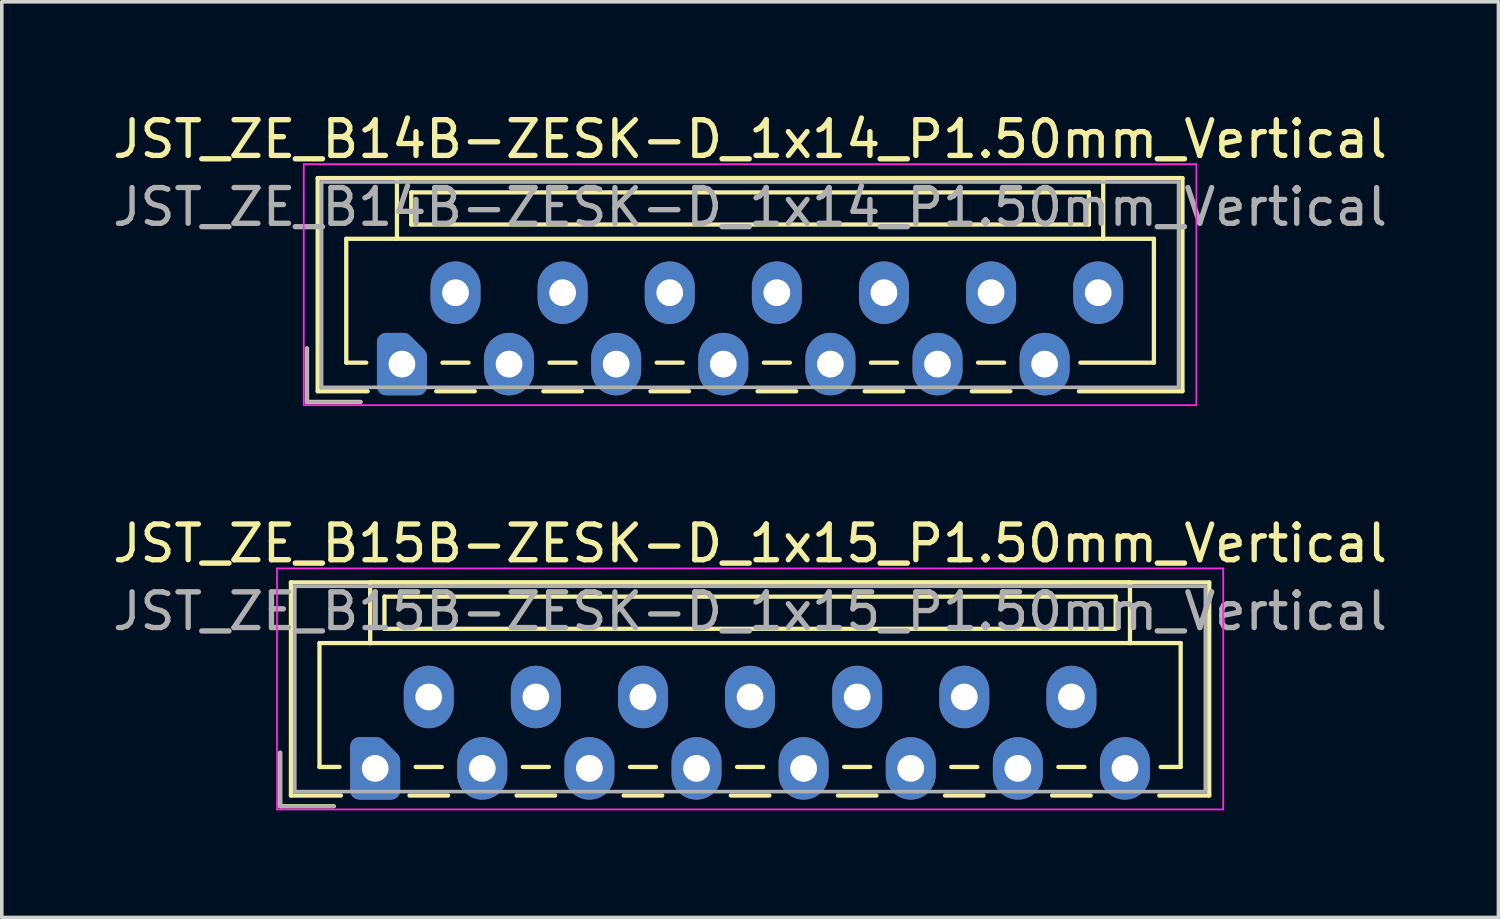
<source format=kicad_pcb>
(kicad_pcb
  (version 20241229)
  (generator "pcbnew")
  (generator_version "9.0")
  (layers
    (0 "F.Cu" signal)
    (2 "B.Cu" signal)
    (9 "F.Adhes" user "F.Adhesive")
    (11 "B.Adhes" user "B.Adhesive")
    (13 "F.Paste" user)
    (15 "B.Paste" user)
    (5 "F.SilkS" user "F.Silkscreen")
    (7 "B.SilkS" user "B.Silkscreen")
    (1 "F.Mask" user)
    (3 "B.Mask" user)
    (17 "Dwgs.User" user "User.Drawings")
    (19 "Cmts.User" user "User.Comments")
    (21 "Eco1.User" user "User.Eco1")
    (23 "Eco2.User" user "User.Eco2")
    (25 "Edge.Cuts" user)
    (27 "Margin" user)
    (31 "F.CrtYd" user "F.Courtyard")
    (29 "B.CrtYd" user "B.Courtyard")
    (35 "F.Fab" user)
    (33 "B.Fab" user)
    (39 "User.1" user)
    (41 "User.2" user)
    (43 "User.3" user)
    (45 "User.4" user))
  (footprint "JST_ZE_B14B-ZESK-D_1x14_P1.50mm_Vertical"
    (layer "F.Cu")
    (at 8.208 7.148)
    (property "Reference" "JST_ZE_B14B-ZESK-D_1x14_P1.50mm_Vertical" (at 9.75 -6.3 0) (layer "F.SilkS") (effects (font (size 1 1) (thickness 0.15))))
    (attr through_hole)
    (fp_line (start -2.66 -0.44) (end -2.66 1.06) (stroke (width 0.12) (type solid)) (layer "F.SilkS"))
    (fp_line (start -2.66 1.06) (end -1.16 1.06) (stroke (width 0.12) (type solid)) (layer "F.SilkS"))
    (fp_line (start -2.36 -5.21) (end 21.86 -5.21) (stroke (width 0.12) (type solid)) (layer "F.SilkS"))
    (fp_line (start -2.36 0.76) (end -2.36 -5.21) (stroke (width 0.12) (type solid)) (layer "F.SilkS"))
    (fp_line (start -1.56 -3.51) (end -1.56 -0.04) (stroke (width 0.12) (type solid)) (layer "F.SilkS"))
    (fp_line (start -1.56 -0.04) (end -1 -0.04) (stroke (width 0.12) (type solid)) (layer "F.SilkS"))
    (fp_line (start -0.96 0.76) (end -2.36 0.76) (stroke (width 0.12) (type solid)) (layer "F.SilkS"))
    (fp_line (start -0.14 -5.21) (end -0.14 -3.51) (stroke (width 0.12) (type solid)) (layer "F.SilkS"))
    (fp_line (start -0.14 -3.51) (end -1.56 -3.51) (stroke (width 0.12) (type solid)) (layer "F.SilkS"))
    (fp_line (start -0.14 -3.51) (end 19.64 -3.51) (stroke (width 0.12) (type solid)) (layer "F.SilkS"))
    (fp_line (start 0.26 -4.81) (end 0.26 -3.91) (stroke (width 0.12) (type solid)) (layer "F.SilkS"))
    (fp_line (start 0.26 -3.91) (end 19.24 -3.91) (stroke (width 0.12) (type solid)) (layer "F.SilkS"))
    (fp_line (start 0.96 0.76) (end 2.04 0.76) (stroke (width 0.12) (type solid)) (layer "F.SilkS"))
    (fp_line (start 1.135 -0.04) (end 1.865 -0.04) (stroke (width 0.12) (type solid)) (layer "F.SilkS"))
    (fp_line (start 3.96 0.76) (end 5.04 0.76) (stroke (width 0.12) (type solid)) (layer "F.SilkS"))
    (fp_line (start 4.135 -0.04) (end 4.865 -0.04) (stroke (width 0.12) (type solid)) (layer "F.SilkS"))
    (fp_line (start 6.96 0.76) (end 8.04 0.76) (stroke (width 0.12) (type solid)) (layer "F.SilkS"))
    (fp_line (start 7.135 -0.04) (end 7.865 -0.04) (stroke (width 0.12) (type solid)) (layer "F.SilkS"))
    (fp_line (start 9.96 0.76) (end 11.04 0.76) (stroke (width 0.12) (type solid)) (layer "F.SilkS"))
    (fp_line (start 10.135 -0.04) (end 10.865 -0.04) (stroke (width 0.12) (type solid)) (layer "F.SilkS"))
    (fp_line (start 12.96 0.76) (end 14.04 0.76) (stroke (width 0.12) (type solid)) (layer "F.SilkS"))
    (fp_line (start 13.135 -0.04) (end 13.865 -0.04) (stroke (width 0.12) (type solid)) (layer "F.SilkS"))
    (fp_line (start 15.96 0.76) (end 17.04 0.76) (stroke (width 0.12) (type solid)) (layer "F.SilkS"))
    (fp_line (start 16.135 -0.04) (end 16.865 -0.04) (stroke (width 0.12) (type solid)) (layer "F.SilkS"))
    (fp_line (start 19.24 -4.81) (end 0.26 -4.81) (stroke (width 0.12) (type solid)) (layer "F.SilkS"))
    (fp_line (start 19.24 -3.91) (end 19.24 -4.81) (stroke (width 0.12) (type solid)) (layer "F.SilkS"))
    (fp_line (start 19.64 -5.21) (end -0.14 -5.21) (stroke (width 0.12) (type solid)) (layer "F.SilkS"))
    (fp_line (start 19.64 -3.51) (end 19.64 -5.21) (stroke (width 0.12) (type solid)) (layer "F.SilkS"))
    (fp_line (start 19.64 -3.51) (end 21.06 -3.51) (stroke (width 0.12) (type solid)) (layer "F.SilkS"))
    (fp_line (start 21.06 -3.51) (end 21.06 -0.04) (stroke (width 0.12) (type solid)) (layer "F.SilkS"))
    (fp_line (start 21.06 -0.04) (end 19 -0.04) (stroke (width 0.12) (type solid)) (layer "F.SilkS"))
    (fp_line (start 21.86 -5.21) (end 21.86 0.76) (stroke (width 0.12) (type solid)) (layer "F.SilkS"))
    (fp_line (start 21.86 0.76) (end 18.96 0.76) (stroke (width 0.12) (type solid)) (layer "F.SilkS"))
    (fp_line (start -2.75 -5.6) (end -2.75 1.15) (stroke (width 0.05) (type solid)) (layer "F.CrtYd"))
    (fp_line (start -2.75 1.15) (end 22.25 1.15) (stroke (width 0.05) (type solid)) (layer "F.CrtYd"))
    (fp_line (start 22.25 -5.6) (end -2.75 -5.6) (stroke (width 0.05) (type solid)) (layer "F.CrtYd"))
    (fp_line (start 22.25 1.15) (end 22.25 -5.6) (stroke (width 0.05) (type solid)) (layer "F.CrtYd"))
    (fp_line (start -2.66 -0.44) (end -2.66 1.06) (stroke (width 0.1) (type solid)) (layer "F.Fab"))
    (fp_line (start -2.66 1.06) (end -1.16 1.06) (stroke (width 0.1) (type solid)) (layer "F.Fab"))
    (fp_line (start -2.25 -5.1) (end -2.25 0.65) (stroke (width 0.1) (type solid)) (layer "F.Fab"))
    (fp_line (start -2.25 0.65) (end 21.75 0.65) (stroke (width 0.1) (type solid)) (layer "F.Fab"))
    (fp_line (start 21.75 -5.1) (end -2.25 -5.1) (stroke (width 0.1) (type solid)) (layer "F.Fab"))
    (fp_line (start 21.75 0.65) (end 21.75 -5.1) (stroke (width 0.1) (type solid)) (layer "F.Fab"))
    (fp_text user "${REFERENCE}" (at 9.75 -4.4 0) (layer "F.Fab") (effects (font (size 1 1) (thickness 0.15))))
    (pad "1" thru_hole custom (at 0 0) (size 1.117 1.117) (drill 0.75) (layers "*.Cu" "*.Mask") (options (anchor circle)) (primitives (gr_poly (pts (xy 0.45 -0.225) (xy 0.45 0.625) (xy -0.45 0.625) (xy -0.45 -0.625) (xy 0.05 -0.625)) (width 0.5) (fill yes))))
    (pad "2" thru_hole oval (at 1.5 -2) (size 1.4 1.75) (drill 0.75) (layers "*.Cu" "*.Mask"))
    (pad "3" thru_hole oval (at 3 0) (size 1.4 1.75) (drill 0.75) (layers "*.Cu" "*.Mask"))
    (pad "4" thru_hole oval (at 4.5 -2) (size 1.4 1.75) (drill 0.75) (layers "*.Cu" "*.Mask"))
    (pad "5" thru_hole oval (at 6 0) (size 1.4 1.75) (drill 0.75) (layers "*.Cu" "*.Mask"))
    (pad "6" thru_hole oval (at 7.5 -2) (size 1.4 1.75) (drill 0.75) (layers "*.Cu" "*.Mask"))
    (pad "7" thru_hole oval (at 9 0) (size 1.4 1.75) (drill 0.75) (layers "*.Cu" "*.Mask"))
    (pad "8" thru_hole oval (at 10.5 -2) (size 1.4 1.75) (drill 0.75) (layers "*.Cu" "*.Mask"))
    (pad "9" thru_hole oval (at 12 0) (size 1.4 1.75) (drill 0.75) (layers "*.Cu" "*.Mask"))
    (pad "10" thru_hole oval (at 13.5 -2) (size 1.4 1.75) (drill 0.75) (layers "*.Cu" "*.Mask"))
    (pad "11" thru_hole oval (at 15 0) (size 1.4 1.75) (drill 0.75) (layers "*.Cu" "*.Mask"))
    (pad "12" thru_hole oval (at 16.5 -2) (size 1.4 1.75) (drill 0.75) (layers "*.Cu" "*.Mask"))
    (pad "13" thru_hole oval (at 18 0) (size 1.4 1.75) (drill 0.75) (layers "*.Cu" "*.Mask"))
    (pad "14" thru_hole oval (at 19.5 -2) (size 1.4 1.75) (drill 0.75) (layers "*.Cu" "*.Mask")))
  (footprint "JST_ZE_B15B-ZESK-D_1x15_P1.50mm_Vertical"
    (layer "F.Cu")
    (at 7.458 18.471)
    (property "Reference" "JST_ZE_B15B-ZESK-D_1x15_P1.50mm_Vertical" (at 10.5 -6.3 0) (layer "F.SilkS") (effects (font (size 1 1) (thickness 0.15))))
    (attr through_hole)
    (fp_line (start -2.66 -0.44) (end -2.66 1.06) (stroke (width 0.12) (type solid)) (layer "F.SilkS"))
    (fp_line (start -2.66 1.06) (end -1.16 1.06) (stroke (width 0.12) (type solid)) (layer "F.SilkS"))
    (fp_line (start -2.36 -5.21) (end 23.36 -5.21) (stroke (width 0.12) (type solid)) (layer "F.SilkS"))
    (fp_line (start -2.36 0.76) (end -2.36 -5.21) (stroke (width 0.12) (type solid)) (layer "F.SilkS"))
    (fp_line (start -1.56 -3.51) (end -1.56 -0.04) (stroke (width 0.12) (type solid)) (layer "F.SilkS"))
    (fp_line (start -1.56 -0.04) (end -1 -0.04) (stroke (width 0.12) (type solid)) (layer "F.SilkS"))
    (fp_line (start -0.96 0.76) (end -2.36 0.76) (stroke (width 0.12) (type solid)) (layer "F.SilkS"))
    (fp_line (start -0.14 -5.21) (end -0.14 -3.51) (stroke (width 0.12) (type solid)) (layer "F.SilkS"))
    (fp_line (start -0.14 -3.51) (end -1.56 -3.51) (stroke (width 0.12) (type solid)) (layer "F.SilkS"))
    (fp_line (start -0.14 -3.51) (end 21.14 -3.51) (stroke (width 0.12) (type solid)) (layer "F.SilkS"))
    (fp_line (start 0.26 -4.81) (end 0.26 -3.91) (stroke (width 0.12) (type solid)) (layer "F.SilkS"))
    (fp_line (start 0.26 -3.91) (end 20.74 -3.91) (stroke (width 0.12) (type solid)) (layer "F.SilkS"))
    (fp_line (start 0.96 0.76) (end 2.04 0.76) (stroke (width 0.12) (type solid)) (layer "F.SilkS"))
    (fp_line (start 1.135 -0.04) (end 1.865 -0.04) (stroke (width 0.12) (type solid)) (layer "F.SilkS"))
    (fp_line (start 3.96 0.76) (end 5.04 0.76) (stroke (width 0.12) (type solid)) (layer "F.SilkS"))
    (fp_line (start 4.135 -0.04) (end 4.865 -0.04) (stroke (width 0.12) (type solid)) (layer "F.SilkS"))
    (fp_line (start 6.96 0.76) (end 8.04 0.76) (stroke (width 0.12) (type solid)) (layer "F.SilkS"))
    (fp_line (start 7.135 -0.04) (end 7.865 -0.04) (stroke (width 0.12) (type solid)) (layer "F.SilkS"))
    (fp_line (start 9.96 0.76) (end 11.04 0.76) (stroke (width 0.12) (type solid)) (layer "F.SilkS"))
    (fp_line (start 10.135 -0.04) (end 10.865 -0.04) (stroke (width 0.12) (type solid)) (layer "F.SilkS"))
    (fp_line (start 12.96 0.76) (end 14.04 0.76) (stroke (width 0.12) (type solid)) (layer "F.SilkS"))
    (fp_line (start 13.135 -0.04) (end 13.865 -0.04) (stroke (width 0.12) (type solid)) (layer "F.SilkS"))
    (fp_line (start 15.96 0.76) (end 17.04 0.76) (stroke (width 0.12) (type solid)) (layer "F.SilkS"))
    (fp_line (start 16.135 -0.04) (end 16.865 -0.04) (stroke (width 0.12) (type solid)) (layer "F.SilkS"))
    (fp_line (start 18.96 0.76) (end 20.04 0.76) (stroke (width 0.12) (type solid)) (layer "F.SilkS"))
    (fp_line (start 19.135 -0.04) (end 19.865 -0.04) (stroke (width 0.12) (type solid)) (layer "F.SilkS"))
    (fp_line (start 20.74 -4.81) (end 0.26 -4.81) (stroke (width 0.12) (type solid)) (layer "F.SilkS"))
    (fp_line (start 20.74 -3.91) (end 20.74 -4.81) (stroke (width 0.12) (type solid)) (layer "F.SilkS"))
    (fp_line (start 21.14 -5.21) (end -0.14 -5.21) (stroke (width 0.12) (type solid)) (layer "F.SilkS"))
    (fp_line (start 21.14 -3.51) (end 21.14 -5.21) (stroke (width 0.12) (type solid)) (layer "F.SilkS"))
    (fp_line (start 21.14 -3.51) (end 22.56 -3.51) (stroke (width 0.12) (type solid)) (layer "F.SilkS"))
    (fp_line (start 22.56 -3.51) (end 22.56 -0.04) (stroke (width 0.12) (type solid)) (layer "F.SilkS"))
    (fp_line (start 22.56 -0.04) (end 22 -0.04) (stroke (width 0.12) (type solid)) (layer "F.SilkS"))
    (fp_line (start 23.36 -5.21) (end 23.36 0.76) (stroke (width 0.12) (type solid)) (layer "F.SilkS"))
    (fp_line (start 23.36 0.76) (end 21.96 0.76) (stroke (width 0.12) (type solid)) (layer "F.SilkS"))
    (fp_line (start -2.75 -5.6) (end -2.75 1.15) (stroke (width 0.05) (type solid)) (layer "F.CrtYd"))
    (fp_line (start -2.75 1.15) (end 23.75 1.15) (stroke (width 0.05) (type solid)) (layer "F.CrtYd"))
    (fp_line (start 23.75 -5.6) (end -2.75 -5.6) (stroke (width 0.05) (type solid)) (layer "F.CrtYd"))
    (fp_line (start 23.75 1.15) (end 23.75 -5.6) (stroke (width 0.05) (type solid)) (layer "F.CrtYd"))
    (fp_line (start -2.66 -0.44) (end -2.66 1.06) (stroke (width 0.1) (type solid)) (layer "F.Fab"))
    (fp_line (start -2.66 1.06) (end -1.16 1.06) (stroke (width 0.1) (type solid)) (layer "F.Fab"))
    (fp_line (start -2.25 -5.1) (end -2.25 0.65) (stroke (width 0.1) (type solid)) (layer "F.Fab"))
    (fp_line (start -2.25 0.65) (end 23.25 0.65) (stroke (width 0.1) (type solid)) (layer "F.Fab"))
    (fp_line (start 23.25 -5.1) (end -2.25 -5.1) (stroke (width 0.1) (type solid)) (layer "F.Fab"))
    (fp_line (start 23.25 0.65) (end 23.25 -5.1) (stroke (width 0.1) (type solid)) (layer "F.Fab"))
    (fp_text user "${REFERENCE}" (at 10.5 -4.4 0) (layer "F.Fab") (effects (font (size 1 1) (thickness 0.15))))
    (pad "1" thru_hole custom (at 0 0) (size 1.117 1.117) (drill 0.75) (layers "*.Cu" "*.Mask") (options (anchor circle)) (primitives (gr_poly (pts (xy 0.45 -0.225) (xy 0.45 0.625) (xy -0.45 0.625) (xy -0.45 -0.625) (xy 0.05 -0.625)) (width 0.5) (fill yes))))
    (pad "2" thru_hole oval (at 1.5 -2) (size 1.4 1.75) (drill 0.75) (layers "*.Cu" "*.Mask"))
    (pad "3" thru_hole oval (at 3 0) (size 1.4 1.75) (drill 0.75) (layers "*.Cu" "*.Mask"))
    (pad "4" thru_hole oval (at 4.5 -2) (size 1.4 1.75) (drill 0.75) (layers "*.Cu" "*.Mask"))
    (pad "5" thru_hole oval (at 6 0) (size 1.4 1.75) (drill 0.75) (layers "*.Cu" "*.Mask"))
    (pad "6" thru_hole oval (at 7.5 -2) (size 1.4 1.75) (drill 0.75) (layers "*.Cu" "*.Mask"))
    (pad "7" thru_hole oval (at 9 0) (size 1.4 1.75) (drill 0.75) (layers "*.Cu" "*.Mask"))
    (pad "8" thru_hole oval (at 10.5 -2) (size 1.4 1.75) (drill 0.75) (layers "*.Cu" "*.Mask"))
    (pad "9" thru_hole oval (at 12 0) (size 1.4 1.75) (drill 0.75) (layers "*.Cu" "*.Mask"))
    (pad "10" thru_hole oval (at 13.5 -2) (size 1.4 1.75) (drill 0.75) (layers "*.Cu" "*.Mask"))
    (pad "11" thru_hole oval (at 15 0) (size 1.4 1.75) (drill 0.75) (layers "*.Cu" "*.Mask"))
    (pad "12" thru_hole oval (at 16.5 -2) (size 1.4 1.75) (drill 0.75) (layers "*.Cu" "*.Mask"))
    (pad "13" thru_hole oval (at 18 0) (size 1.4 1.75) (drill 0.75) (layers "*.Cu" "*.Mask"))
    (pad "14" thru_hole oval (at 19.5 -2) (size 1.4 1.75) (drill 0.75) (layers "*.Cu" "*.Mask"))
    (pad "15" thru_hole oval (at 21 0) (size 1.4 1.75) (drill 0.75) (layers "*.Cu" "*.Mask")))
  (gr_rect
    (start -3 -3)
    (end 38.917 22.646)
    (stroke (width 0.1) (type default))
    (fill no)
    (layer "Edge.Cuts")))
</source>
